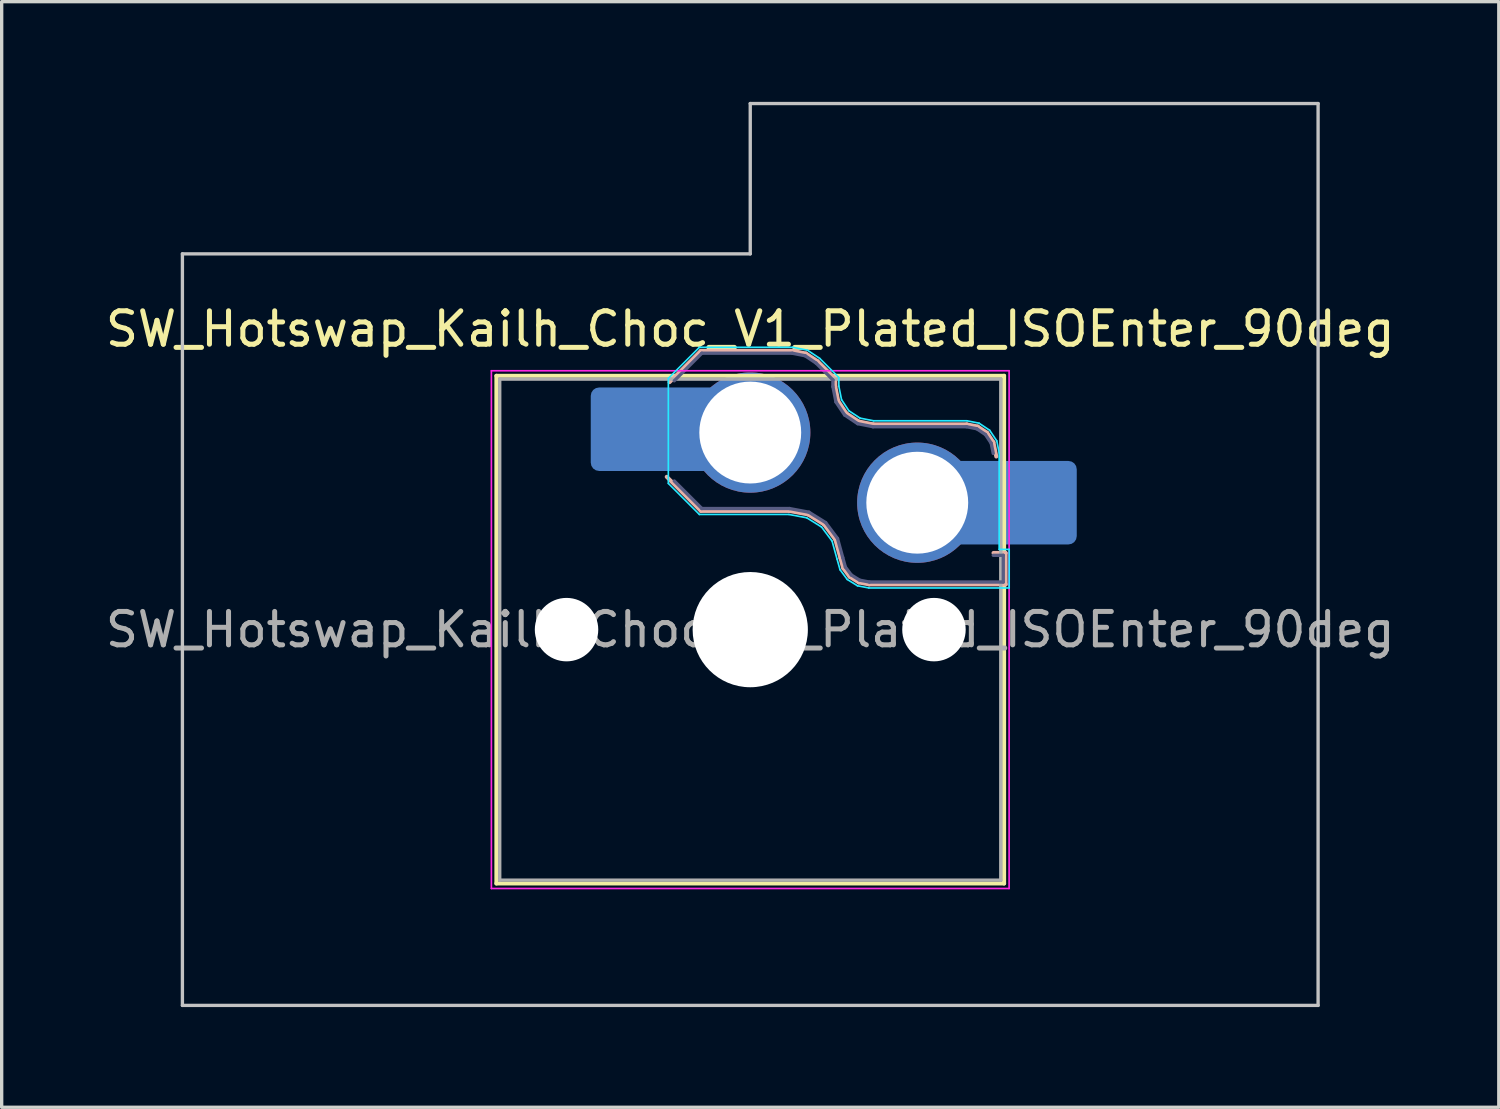
<source format=kicad_pcb>
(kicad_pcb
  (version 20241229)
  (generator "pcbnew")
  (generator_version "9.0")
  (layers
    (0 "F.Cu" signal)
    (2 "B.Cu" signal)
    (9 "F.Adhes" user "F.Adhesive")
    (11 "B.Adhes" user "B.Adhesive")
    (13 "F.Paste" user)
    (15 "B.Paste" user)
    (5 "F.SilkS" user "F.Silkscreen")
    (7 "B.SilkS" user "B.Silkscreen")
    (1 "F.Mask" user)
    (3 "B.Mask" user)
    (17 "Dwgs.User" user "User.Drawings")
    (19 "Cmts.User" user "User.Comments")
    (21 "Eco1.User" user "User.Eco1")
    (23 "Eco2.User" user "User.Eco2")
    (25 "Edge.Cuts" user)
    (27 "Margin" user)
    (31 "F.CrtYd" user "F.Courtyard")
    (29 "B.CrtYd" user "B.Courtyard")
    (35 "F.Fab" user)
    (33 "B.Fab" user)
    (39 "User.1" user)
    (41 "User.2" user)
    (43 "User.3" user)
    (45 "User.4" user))
  (footprint "SW_Hotswap_Kailh_Choc_V1_Plated_ISOEnter_90deg"
    (layer "F.Cu")
    (at 19.411 15.8)
    (property "Reference" "SW_Hotswap_Kailh_Choc_V1_Plated_ISOEnter_90deg" (at 0 -9 0) (layer "F.SilkS") (effects (font (size 1 1) (thickness 0.15))))
    (attr smd)
    (fp_line (start -7.6 -7.6) (end -7.6 7.6) (stroke (width 0.12) (type solid)) (layer "F.SilkS"))
    (fp_line (start -7.6 7.6) (end 7.6 7.6) (stroke (width 0.12) (type solid)) (layer "F.SilkS"))
    (fp_line (start 7.6 -7.6) (end -7.6 -7.6) (stroke (width 0.12) (type solid)) (layer "F.SilkS"))
    (fp_line (start 7.6 7.6) (end 7.6 -7.6) (stroke (width 0.12) (type solid)) (layer "F.SilkS"))
    (fp_line (start -2.416 -7.409) (end -1.479 -8.346) (stroke (width 0.12) (type solid)) (layer "B.SilkS"))
    (fp_line (start -1.479 -8.346) (end 1.268 -8.346) (stroke (width 0.12) (type solid)) (layer "B.SilkS"))
    (fp_line (start -1.479 -3.554) (end -2.5 -4.575) (stroke (width 0.12) (type solid)) (layer "B.SilkS"))
    (fp_line (start 1.168 -3.554) (end -1.479 -3.554) (stroke (width 0.12) (type solid)) (layer "B.SilkS"))
    (fp_line (start 1.268 -8.346) (end 1.671 -8.266) (stroke (width 0.12) (type solid)) (layer "B.SilkS"))
    (fp_line (start 1.671 -8.266) (end 2.013 -8.037) (stroke (width 0.12) (type solid)) (layer "B.SilkS"))
    (fp_line (start 1.73 -3.449) (end 1.168 -3.554) (stroke (width 0.12) (type solid)) (layer "B.SilkS"))
    (fp_line (start 2.013 -8.037) (end 2.546 -7.504) (stroke (width 0.12) (type solid)) (layer "B.SilkS"))
    (fp_line (start 2.209 -3.15) (end 1.73 -3.449) (stroke (width 0.12) (type solid)) (layer "B.SilkS"))
    (fp_line (start 2.546 -7.504) (end 2.546 -7.282) (stroke (width 0.12) (type solid)) (layer "B.SilkS"))
    (fp_line (start 2.546 -7.282) (end 2.633 -6.844) (stroke (width 0.12) (type solid)) (layer "B.SilkS"))
    (fp_line (start 2.547 -2.697) (end 2.209 -3.15) (stroke (width 0.12) (type solid)) (layer "B.SilkS"))
    (fp_line (start 2.633 -6.844) (end 2.877 -6.477) (stroke (width 0.12) (type solid)) (layer "B.SilkS"))
    (fp_line (start 2.701 -2.139) (end 2.547 -2.697) (stroke (width 0.12) (type solid)) (layer "B.SilkS"))
    (fp_line (start 2.783 -1.841) (end 2.701 -2.139) (stroke (width 0.12) (type solid)) (layer "B.SilkS"))
    (fp_line (start 2.877 -6.477) (end 3.244 -6.233) (stroke (width 0.12) (type solid)) (layer "B.SilkS"))
    (fp_line (start 2.976 -1.583) (end 2.783 -1.841) (stroke (width 0.12) (type solid)) (layer "B.SilkS"))
    (fp_line (start 3.244 -6.233) (end 3.682 -6.146) (stroke (width 0.12) (type solid)) (layer "B.SilkS"))
    (fp_line (start 3.25 -1.413) (end 2.976 -1.583) (stroke (width 0.12) (type solid)) (layer "B.SilkS"))
    (fp_line (start 3.56 -1.354) (end 3.25 -1.413) (stroke (width 0.12) (type solid)) (layer "B.SilkS"))
    (fp_line (start 3.682 -6.146) (end 6.482 -6.146) (stroke (width 0.12) (type solid)) (layer "B.SilkS"))
    (fp_line (start 6.482 -6.146) (end 6.809 -6.081) (stroke (width 0.12) (type solid)) (layer "B.SilkS"))
    (fp_line (start 6.809 -6.081) (end 7.092 -5.892) (stroke (width 0.12) (type solid)) (layer "B.SilkS"))
    (fp_line (start 7.092 -5.892) (end 7.281 -5.609) (stroke (width 0.12) (type solid)) (layer "B.SilkS"))
    (fp_line (start 7.281 -5.609) (end 7.366 -5.182) (stroke (width 0.12) (type solid)) (layer "B.SilkS"))
    (fp_line (start 7.283 -2.296) (end 7.646 -2.296) (stroke (width 0.12) (type solid)) (layer "B.SilkS"))
    (fp_line (start 7.646 -2.296) (end 7.646 -1.354) (stroke (width 0.12) (type solid)) (layer "B.SilkS"))
    (fp_line (start 7.646 -1.354) (end 3.56 -1.354) (stroke (width 0.12) (type solid)) (layer "B.SilkS"))
    (fp_line (start -17 -11.25) (end -17 11.25) (stroke (width 0.1) (type solid)) (layer "Dwgs.User"))
    (fp_line (start -17 11.25) (end 17 11.25) (stroke (width 0.1) (type solid)) (layer "Dwgs.User"))
    (fp_line (start 0 -15.75) (end 0 -11.25) (stroke (width 0.1) (type solid)) (layer "Dwgs.User"))
    (fp_line (start 0 -11.25) (end -17 -11.25) (stroke (width 0.1) (type solid)) (layer "Dwgs.User"))
    (fp_line (start 17 -15.75) (end 0 -15.75) (stroke (width 0.1) (type solid)) (layer "Dwgs.User"))
    (fp_line (start 17 11.25) (end 17 -15.75) (stroke (width 0.1) (type solid)) (layer "Dwgs.User"))
    (fp_line (start -7.25 -7.25) (end -7.25 7.25) (stroke (width 0.1) (type solid)) (layer "Eco1.User"))
    (fp_line (start -7.25 7.25) (end 7.25 7.25) (stroke (width 0.1) (type solid)) (layer "Eco1.User"))
    (fp_line (start 7.25 -7.25) (end -7.25 -7.25) (stroke (width 0.1) (type solid)) (layer "Eco1.User"))
    (fp_line (start 7.25 7.25) (end 7.25 -7.25) (stroke (width 0.1) (type solid)) (layer "Eco1.User"))
    (fp_line (start -2.452 -7.523) (end -1.523 -8.452) (stroke (width 0.05) (type solid)) (layer "B.CrtYd"))
    (fp_line (start -2.452 -4.377) (end -2.452 -7.523) (stroke (width 0.05) (type solid)) (layer "B.CrtYd"))
    (fp_line (start -1.523 -8.452) (end 1.278 -8.452) (stroke (width 0.05) (type solid)) (layer "B.CrtYd"))
    (fp_line (start -1.523 -3.448) (end -2.452 -4.377) (stroke (width 0.05) (type solid)) (layer "B.CrtYd"))
    (fp_line (start 1.159 -3.448) (end -1.523 -3.448) (stroke (width 0.05) (type solid)) (layer "B.CrtYd"))
    (fp_line (start 1.278 -8.452) (end 1.712 -8.366) (stroke (width 0.05) (type solid)) (layer "B.CrtYd"))
    (fp_line (start 1.691 -3.348) (end 1.159 -3.448) (stroke (width 0.05) (type solid)) (layer "B.CrtYd"))
    (fp_line (start 1.712 -8.366) (end 2.081 -8.119) (stroke (width 0.05) (type solid)) (layer "B.CrtYd"))
    (fp_line (start 2.081 -8.119) (end 2.652 -7.548) (stroke (width 0.05) (type solid)) (layer "B.CrtYd"))
    (fp_line (start 2.136 -3.071) (end 1.691 -3.348) (stroke (width 0.05) (type solid)) (layer "B.CrtYd"))
    (fp_line (start 2.45 -2.65) (end 2.136 -3.071) (stroke (width 0.05) (type solid)) (layer "B.CrtYd"))
    (fp_line (start 2.599 -2.111) (end 2.45 -2.65) (stroke (width 0.05) (type solid)) (layer "B.CrtYd"))
    (fp_line (start 2.652 -7.548) (end 2.652 -7.292) (stroke (width 0.05) (type solid)) (layer "B.CrtYd"))
    (fp_line (start 2.652 -7.292) (end 2.733 -6.885) (stroke (width 0.05) (type solid)) (layer "B.CrtYd"))
    (fp_line (start 2.687 -1.794) (end 2.599 -2.111) (stroke (width 0.05) (type solid)) (layer "B.CrtYd"))
    (fp_line (start 2.733 -6.885) (end 2.953 -6.553) (stroke (width 0.05) (type solid)) (layer "B.CrtYd"))
    (fp_line (start 2.903 -1.503) (end 2.687 -1.794) (stroke (width 0.05) (type solid)) (layer "B.CrtYd"))
    (fp_line (start 2.953 -6.553) (end 3.285 -6.333) (stroke (width 0.05) (type solid)) (layer "B.CrtYd"))
    (fp_line (start 3.211 -1.312) (end 2.903 -1.503) (stroke (width 0.05) (type solid)) (layer "B.CrtYd"))
    (fp_line (start 3.285 -6.333) (end 3.692 -6.252) (stroke (width 0.05) (type solid)) (layer "B.CrtYd"))
    (fp_line (start 3.55 -1.248) (end 3.211 -1.312) (stroke (width 0.05) (type solid)) (layer "B.CrtYd"))
    (fp_line (start 3.692 -6.252) (end 6.492 -6.252) (stroke (width 0.05) (type solid)) (layer "B.CrtYd"))
    (fp_line (start 6.492 -6.252) (end 6.85 -6.181) (stroke (width 0.05) (type solid)) (layer "B.CrtYd"))
    (fp_line (start 6.85 -6.181) (end 7.168 -5.968) (stroke (width 0.05) (type solid)) (layer "B.CrtYd"))
    (fp_line (start 7.168 -5.968) (end 7.381 -5.65) (stroke (width 0.05) (type solid)) (layer "B.CrtYd"))
    (fp_line (start 7.381 -5.65) (end 7.452 -5.292) (stroke (width 0.05) (type solid)) (layer "B.CrtYd"))
    (fp_line (start 7.452 -5.292) (end 7.452 -2.402) (stroke (width 0.05) (type solid)) (layer "B.CrtYd"))
    (fp_line (start 7.452 -2.402) (end 7.752 -2.402) (stroke (width 0.05) (type solid)) (layer "B.CrtYd"))
    (fp_line (start 7.752 -2.402) (end 7.752 -1.248) (stroke (width 0.05) (type solid)) (layer "B.CrtYd"))
    (fp_line (start 7.752 -1.248) (end 3.55 -1.248) (stroke (width 0.05) (type solid)) (layer "B.CrtYd"))
    (fp_line (start -7.75 -7.75) (end -7.75 7.75) (stroke (width 0.05) (type solid)) (layer "F.CrtYd"))
    (fp_line (start -7.75 7.75) (end 7.75 7.75) (stroke (width 0.05) (type solid)) (layer "F.CrtYd"))
    (fp_line (start 7.75 -7.75) (end -7.75 -7.75) (stroke (width 0.05) (type solid)) (layer "F.CrtYd"))
    (fp_line (start 7.75 7.75) (end 7.75 -7.75) (stroke (width 0.05) (type solid)) (layer "F.CrtYd"))
    (fp_line (start -2.275 -7.45) (end -1.45 -8.275) (stroke (width 0.1) (type solid)) (layer "B.Fab"))
    (fp_line (start -1.45 -8.275) (end 1.261 -8.275) (stroke (width 0.1) (type solid)) (layer "B.Fab"))
    (fp_line (start -1.45 -3.625) (end -2.275 -4.45) (stroke (width 0.1) (type solid)) (layer "B.Fab"))
    (fp_line (start 1.175 -3.625) (end -1.45 -3.625) (stroke (width 0.1) (type solid)) (layer "B.Fab"))
    (fp_line (start 1.261 -8.275) (end 1.643 -8.199) (stroke (width 0.1) (type solid)) (layer "B.Fab"))
    (fp_line (start 1.643 -8.199) (end 1.968 -7.982) (stroke (width 0.1) (type solid)) (layer "B.Fab"))
    (fp_line (start 1.756 -3.516) (end 1.175 -3.625) (stroke (width 0.1) (type solid)) (layer "B.Fab"))
    (fp_line (start 1.968 -7.982) (end 2.475 -7.475) (stroke (width 0.1) (type solid)) (layer "B.Fab"))
    (fp_line (start 2.258 -3.203) (end 1.756 -3.516) (stroke (width 0.1) (type solid)) (layer "B.Fab"))
    (fp_line (start 2.475 -7.475) (end 2.475 -7.275) (stroke (width 0.1) (type solid)) (layer "B.Fab"))
    (fp_line (start 2.475 -7.275) (end 2.566 -6.816) (stroke (width 0.1) (type solid)) (layer "B.Fab"))
    (fp_line (start 2.566 -6.816) (end 2.826 -6.426) (stroke (width 0.1) (type solid)) (layer "B.Fab"))
    (fp_line (start 2.612 -2.729) (end 2.258 -3.203) (stroke (width 0.1) (type solid)) (layer "B.Fab"))
    (fp_line (start 2.769 -2.158) (end 2.612 -2.729) (stroke (width 0.1) (type solid)) (layer "B.Fab"))
    (fp_line (start 2.826 -6.426) (end 3.216 -6.166) (stroke (width 0.1) (type solid)) (layer "B.Fab"))
    (fp_line (start 2.848 -1.873) (end 2.769 -2.158) (stroke (width 0.1) (type solid)) (layer "B.Fab"))
    (fp_line (start 3.025 -1.636) (end 2.848 -1.873) (stroke (width 0.1) (type solid)) (layer "B.Fab"))
    (fp_line (start 3.216 -6.166) (end 3.675 -6.075) (stroke (width 0.1) (type solid)) (layer "B.Fab"))
    (fp_line (start 3.276 -1.48) (end 3.025 -1.636) (stroke (width 0.1) (type solid)) (layer "B.Fab"))
    (fp_line (start 3.567 -1.425) (end 3.276 -1.48) (stroke (width 0.1) (type solid)) (layer "B.Fab"))
    (fp_line (start 3.675 -6.075) (end 6.475 -6.075) (stroke (width 0.1) (type solid)) (layer "B.Fab"))
    (fp_line (start 6.475 -6.075) (end 6.781 -6.014) (stroke (width 0.1) (type solid)) (layer "B.Fab"))
    (fp_line (start 6.781 -6.014) (end 7.041 -5.841) (stroke (width 0.1) (type solid)) (layer "B.Fab"))
    (fp_line (start 7.041 -5.841) (end 7.214 -5.581) (stroke (width 0.1) (type solid)) (layer "B.Fab"))
    (fp_line (start 7.214 -5.581) (end 7.275 -5.275) (stroke (width 0.1) (type solid)) (layer "B.Fab"))
    (fp_line (start 7.275 -2.225) (end 7.575 -2.225) (stroke (width 0.1) (type solid)) (layer "B.Fab"))
    (fp_line (start 7.575 -2.225) (end 7.575 -1.425) (stroke (width 0.1) (type solid)) (layer "B.Fab"))
    (fp_line (start 7.575 -1.425) (end 3.567 -1.425) (stroke (width 0.1) (type solid)) (layer "B.Fab"))
    (fp_line (start -7.5 -7.5) (end -7.5 7.5) (stroke (width 0.1) (type solid)) (layer "F.Fab"))
    (fp_line (start -7.5 7.5) (end 7.5 7.5) (stroke (width 0.1) (type solid)) (layer "F.Fab"))
    (fp_line (start 7.5 -7.5) (end -7.5 -7.5) (stroke (width 0.1) (type solid)) (layer "F.Fab"))
    (fp_line (start 7.5 7.5) (end 7.5 -7.5) (stroke (width 0.1) (type solid)) (layer "F.Fab"))
    (fp_text user "${REFERENCE}" (at 0 0 0) (layer "F.Fab") (effects (font (size 1 1) (thickness 0.15))))
    (pad "" np_thru_hole circle (at -5.5 0) (size 1.9 1.9) (drill 1.9) (layers "*.Cu" "*.Mask"))
    (pad "" smd roundrect (at -3.5 -6) (size 2.55 2.5) (layers "B.Mask" "B.Paste") (roundrect_rratio 0.1))
    (pad "" np_thru_hole circle (at 0 0) (size 3.45 3.45) (drill 3.45) (layers "*.Cu" "*.Mask"))
    (pad "" np_thru_hole circle (at 5.5 0) (size 1.9 1.9) (drill 1.9) (layers "*.Cu" "*.Mask"))
    (pad "" smd roundrect (at 8.5 -3.8) (size 2.55 2.5) (layers "B.Mask" "B.Paste") (roundrect_rratio 0.1))
    (pad "1" smd roundrect (at -2.85 -6) (size 3.85 2.5) (layers "B.Cu") (roundrect_rratio 0.1))
    (pad "1" thru_hole circle (at 0 -5.9) (size 3.6 3.6) (drill 3.05) (layers "*.Cu" "*.Mask"))
    (pad "2" thru_hole circle (at 5 -3.8) (size 3.6 3.6) (drill 3.05) (layers "*.Cu" "*.Mask"))
    (pad "2" smd roundrect (at 7.85 -3.8) (size 3.85 2.5) (layers "B.Cu") (roundrect_rratio 0.1)))
  (gr_rect
    (start -3 -3)
    (end 41.821 30.1)
    (stroke (width 0.1) (type default))
    (fill no)
    (layer "Edge.Cuts")))
</source>
